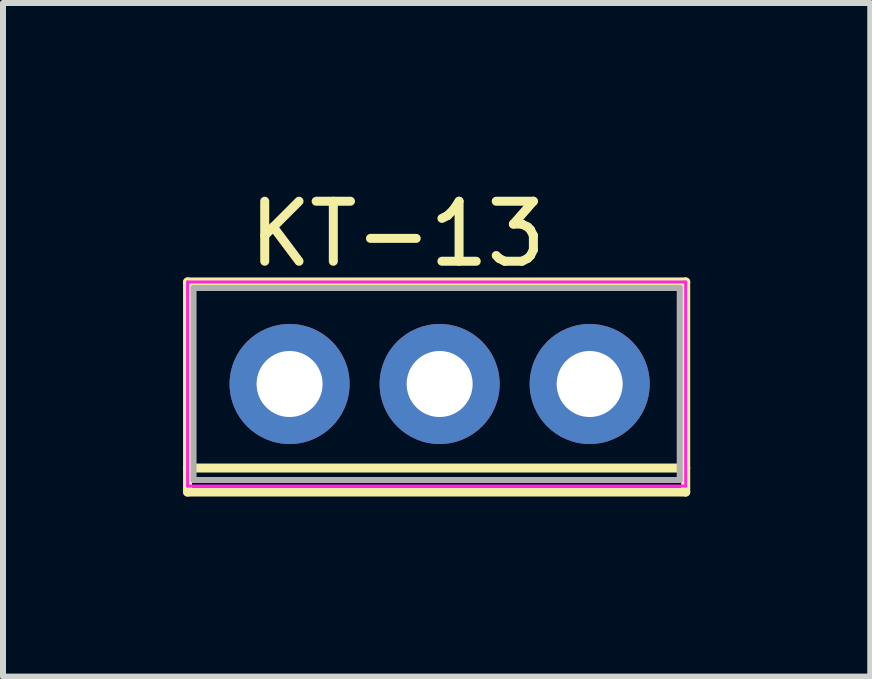
<source format=kicad_pcb>
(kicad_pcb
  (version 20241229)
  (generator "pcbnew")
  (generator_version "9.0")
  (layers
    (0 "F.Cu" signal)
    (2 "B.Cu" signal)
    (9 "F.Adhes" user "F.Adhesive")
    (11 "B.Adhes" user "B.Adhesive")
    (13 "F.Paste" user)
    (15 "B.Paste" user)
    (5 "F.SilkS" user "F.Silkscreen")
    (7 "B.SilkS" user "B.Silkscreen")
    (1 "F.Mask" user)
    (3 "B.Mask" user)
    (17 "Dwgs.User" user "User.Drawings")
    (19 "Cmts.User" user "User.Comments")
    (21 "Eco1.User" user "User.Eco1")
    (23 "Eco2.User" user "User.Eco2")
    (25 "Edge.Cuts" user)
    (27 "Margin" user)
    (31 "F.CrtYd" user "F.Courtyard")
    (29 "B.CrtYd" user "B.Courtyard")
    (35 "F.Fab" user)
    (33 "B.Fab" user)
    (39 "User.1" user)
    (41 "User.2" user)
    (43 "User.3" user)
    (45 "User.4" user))
  (footprint "КТ-13"
    (layer "F.Cu")
    (at 1.775 3.348)
    (property "Reference" "КТ-13" (at 1.8 -2.5 0) (layer "F.SilkS") (effects (font (size 1 1) (thickness 0.15))))
    (attr through_hole)
    (fp_line (start -1.7 -1.7) (end 6.6 -1.7) (stroke (width 0.15) (type solid)) (layer "F.SilkS"))
    (fp_line (start -1.7 1.8) (end -1.7 -1.7) (stroke (width 0.15) (type solid)) (layer "F.SilkS"))
    (fp_line (start 6.6 -1.7) (end 6.6 1.8) (stroke (width 0.15) (type solid)) (layer "F.SilkS"))
    (fp_line (start 6.6 1.4) (end -1.7 1.4) (stroke (width 0.15) (type solid)) (layer "F.SilkS"))
    (fp_line (start 6.6 1.8) (end -1.7 1.8) (stroke (width 0.15) (type solid)) (layer "F.SilkS"))
    (fp_line (start -1.7 -1.7) (end -1.7 1.7) (stroke (width 0.05) (type solid)) (layer "F.CrtYd"))
    (fp_line (start -1.7 1.7) (end 6.6 1.7) (stroke (width 0.05) (type solid)) (layer "F.CrtYd"))
    (fp_line (start 6.6 -1.7) (end -1.7 -1.7) (stroke (width 0.05) (type solid)) (layer "F.CrtYd"))
    (fp_line (start 6.6 1.7) (end 6.6 -1.7) (stroke (width 0.05) (type solid)) (layer "F.CrtYd"))
    (fp_line (start -1.6 -1.6) (end -1.6 1.6) (stroke (width 0.1) (type solid)) (layer "F.Fab"))
    (fp_line (start -1.6 -1.6) (end 6.5 -1.6) (stroke (width 0.1) (type solid)) (layer "F.Fab"))
    (fp_line (start -1.6 1.6) (end 6.5 1.6) (stroke (width 0.1) (type solid)) (layer "F.Fab"))
    (fp_line (start 6.5 1.6) (end 6.5 -1.6) (stroke (width 0.1) (type solid)) (layer "F.Fab"))
    (pad "1" thru_hole oval (at 5 0) (size 2 2) (drill 1.1) (layers "*.Cu" "*.Mask"))
    (pad "2" thru_hole oval (at 2.5 0) (size 2 2) (drill 1.1) (layers "*.Cu" "*.Mask"))
    (pad "3" thru_hole circle (at 0 0) (size 2 2) (drill 1.1) (layers "*.Cu" "*.Mask")))
  (gr_rect
    (start -3 -3)
    (end 11.45 8.223)
    (stroke (width 0.1) (type default))
    (fill no)
    (layer "Edge.Cuts")))
</source>
